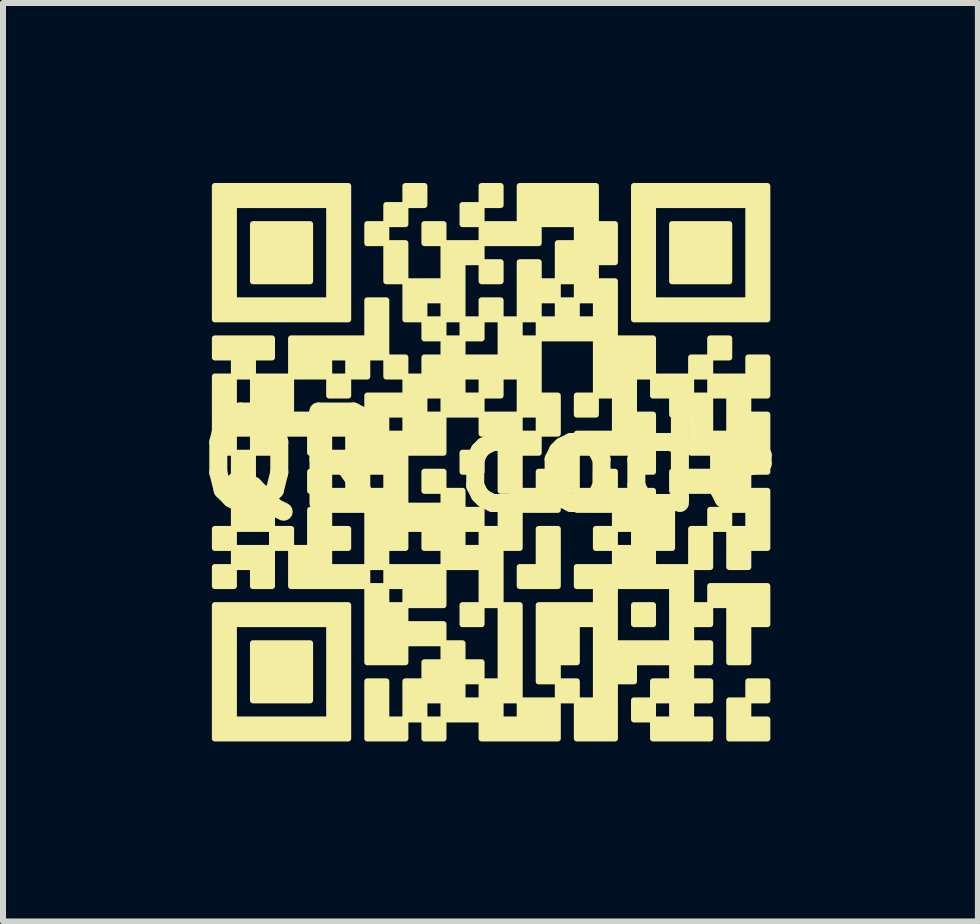
<source format=kicad_pcb>
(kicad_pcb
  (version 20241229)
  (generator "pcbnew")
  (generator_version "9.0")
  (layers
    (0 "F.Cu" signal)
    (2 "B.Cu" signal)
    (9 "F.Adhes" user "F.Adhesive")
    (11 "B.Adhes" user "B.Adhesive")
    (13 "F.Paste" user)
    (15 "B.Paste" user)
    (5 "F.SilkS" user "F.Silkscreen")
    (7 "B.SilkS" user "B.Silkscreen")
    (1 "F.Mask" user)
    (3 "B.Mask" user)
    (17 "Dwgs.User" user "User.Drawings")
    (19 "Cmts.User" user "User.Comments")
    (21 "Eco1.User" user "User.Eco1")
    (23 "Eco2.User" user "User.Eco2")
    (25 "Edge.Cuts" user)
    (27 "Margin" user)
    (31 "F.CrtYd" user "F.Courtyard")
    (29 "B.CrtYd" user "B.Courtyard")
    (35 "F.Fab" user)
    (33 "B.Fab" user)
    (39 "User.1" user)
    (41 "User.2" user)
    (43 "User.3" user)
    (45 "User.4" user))
  (footprint "QR_code"
    (layer "F.Cu")
    (at 5.124 4.643)
    (property "Reference" "QR_code" (at 0 0 0) (layer "F.SilkS") (effects (font (size 1.524 1.524) (thickness 0.3))))
    (attr through_hole)
    (fp_poly (pts (xy -4.276 1.439) (xy -4.434 1.439) (xy -4.593 1.439) (xy -4.593 1.281) (xy -4.593 1.122) (xy -4.434 1.122) (xy -4.276 1.122) (xy -4.276 1.281) (xy -4.276 1.439)) (stroke (width 0.1) (type solid)) (fill yes) (layer "F.SilkS"))
    (fp_poly (pts (xy -4.276 2.074) (xy -4.434 2.074) (xy -4.593 2.074) (xy -4.593 1.916) (xy -4.593 1.757) (xy -4.434 1.757) (xy -4.276 1.757) (xy -4.276 1.916) (xy -4.276 2.074)) (stroke (width 0.1) (type solid)) (fill yes) (layer "F.SilkS"))
    (fp_poly (pts (xy -3.323 1.439) (xy -3.482 1.439) (xy -3.641 1.439) (xy -3.641 1.281) (xy -3.641 1.122) (xy -3.482 1.122) (xy -3.323 1.122) (xy -3.323 1.281) (xy -3.323 1.439)) (stroke (width 0.1) (type solid)) (fill yes) (layer "F.SilkS"))
    (fp_poly (pts (xy -3.006 -3.006) (xy -3.482 -3.006) (xy -3.958 -3.006) (xy -3.958 -3.482) (xy -3.958 -3.958) (xy -3.482 -3.958) (xy -3.006 -3.958) (xy -3.006 -3.482) (xy -3.006 -3.006)) (stroke (width 0.1) (type solid)) (fill yes) (layer "F.SilkS"))
    (fp_poly (pts (xy -3.006 3.979) (xy -3.482 3.979) (xy -3.958 3.979) (xy -3.958 3.503) (xy -3.958 3.027) (xy -3.482 3.027) (xy -3.006 3.027) (xy -3.006 3.503) (xy -3.006 3.979)) (stroke (width 0.1) (type solid)) (fill yes) (layer "F.SilkS"))
    (fp_poly (pts (xy -2.688 -0.148) (xy -2.847 -0.148) (xy -3.006 -0.148) (xy -3.006 -0.307) (xy -3.006 -0.466) (xy -2.847 -0.466) (xy -2.688 -0.466) (xy -2.688 -0.307) (xy -2.688 -0.148)) (stroke (width 0.1) (type solid)) (fill yes) (layer "F.SilkS"))
    (fp_poly (pts (xy -2.688 0.487) (xy -2.847 0.487) (xy -3.006 0.487) (xy -3.006 0.328) (xy -3.006 0.169) (xy -2.847 0.169) (xy -2.688 0.169) (xy -2.688 0.328) (xy -2.688 0.487)) (stroke (width 0.1) (type solid)) (fill yes) (layer "F.SilkS"))
    (fp_poly (pts (xy -2.371 -1.101) (xy -2.529 -1.101) (xy -2.688 -1.101) (xy -2.688 -1.259) (xy -2.688 -1.418) (xy -2.529 -1.418) (xy -2.371 -1.418) (xy -2.371 -1.259) (xy -2.371 -1.101)) (stroke (width 0.1) (type solid)) (fill yes) (layer "F.SilkS"))
    (fp_poly (pts (xy -1.736 -3.641) (xy -1.894 -3.641) (xy -2.053 -3.641) (xy -2.053 -3.799) (xy -2.053 -3.958) (xy -1.894 -3.958) (xy -1.736 -3.958) (xy -1.736 -3.799) (xy -1.736 -3.641)) (stroke (width 0.1) (type solid)) (fill yes) (layer "F.SilkS"))
    (fp_poly (pts (xy -1.418 -3.958) (xy -1.577 -3.958) (xy -1.736 -3.958) (xy -1.736 -4.117) (xy -1.736 -4.276) (xy -1.577 -4.276) (xy -1.418 -4.276) (xy -1.418 -4.117) (xy -1.418 -3.958)) (stroke (width 0.1) (type solid)) (fill yes) (layer "F.SilkS"))
    (fp_poly (pts (xy -1.418 -3.006) (xy -1.577 -3.006) (xy -1.736 -3.006) (xy -1.736 -3.323) (xy -1.736 -3.641) (xy -1.577 -3.641) (xy -1.418 -3.641) (xy -1.418 -3.323) (xy -1.418 -3.006)) (stroke (width 0.1) (type solid)) (fill yes) (layer "F.SilkS"))
    (fp_poly (pts (xy -1.418 -1.418) (xy -1.577 -1.418) (xy -1.736 -1.418) (xy -1.736 -1.577) (xy -1.736 -1.736) (xy -1.577 -1.736) (xy -1.418 -1.736) (xy -1.418 -1.577) (xy -1.418 -1.418)) (stroke (width 0.1) (type solid)) (fill yes) (layer "F.SilkS"))
    (fp_poly (pts (xy -1.101 -4.276) (xy -1.259 -4.276) (xy -1.418 -4.276) (xy -1.418 -4.434) (xy -1.418 -4.593) (xy -1.259 -4.593) (xy -1.101 -4.593) (xy -1.101 -4.434) (xy -1.101 -4.276)) (stroke (width 0.1) (type solid)) (fill yes) (layer "F.SilkS"))
    (fp_poly (pts (xy -0.783 -3.641) (xy -0.942 -3.641) (xy -1.101 -3.641) (xy -1.101 -3.799) (xy -1.101 -3.958) (xy -0.942 -3.958) (xy -0.783 -3.958) (xy -0.783 -3.799) (xy -0.783 -3.641)) (stroke (width 0.1) (type solid)) (fill yes) (layer "F.SilkS"))
    (fp_poly (pts (xy -0.783 -2.053) (xy -0.942 -2.053) (xy -1.101 -2.053) (xy -1.101 -2.212) (xy -1.101 -2.371) (xy -0.942 -2.371) (xy -0.783 -2.371) (xy -0.783 -2.212) (xy -0.783 -2.053)) (stroke (width 0.1) (type solid)) (fill yes) (layer "F.SilkS"))
    (fp_poly (pts (xy -0.783 0.487) (xy -0.942 0.487) (xy -1.101 0.487) (xy -1.101 0.328) (xy -1.101 0.169) (xy -0.942 0.169) (xy -0.783 0.169) (xy -0.783 0.328) (xy -0.783 0.487)) (stroke (width 0.1) (type solid)) (fill yes) (layer "F.SilkS"))
    (fp_poly (pts (xy -0.783 4.614) (xy -0.942 4.614) (xy -1.101 4.614) (xy -1.101 4.456) (xy -1.101 4.297) (xy -0.942 4.297) (xy -0.783 4.297) (xy -0.783 4.456) (xy -0.783 4.614)) (stroke (width 0.1) (type solid)) (fill yes) (layer "F.SilkS"))
    (fp_poly (pts (xy -0.148 -3.958) (xy -0.307 -3.958) (xy -0.466 -3.958) (xy -0.466 -4.117) (xy -0.466 -4.276) (xy -0.307 -4.276) (xy -0.148 -4.276) (xy -0.148 -4.117) (xy -0.148 -3.958)) (stroke (width 0.1) (type solid)) (fill yes) (layer "F.SilkS"))
    (fp_poly (pts (xy -0.148 -2.053) (xy -0.307 -2.053) (xy -0.466 -2.053) (xy -0.466 -2.212) (xy -0.466 -2.371) (xy -0.307 -2.371) (xy -0.148 -2.371) (xy -0.148 -2.212) (xy -0.148 -2.053)) (stroke (width 0.1) (type solid)) (fill yes) (layer "F.SilkS"))
    (fp_poly (pts (xy -0.148 0.169) (xy -0.307 0.169) (xy -0.466 0.169) (xy -0.466 0.011) (xy -0.466 -0.148) (xy -0.307 -0.148) (xy -0.148 -0.148) (xy -0.148 0.011) (xy -0.148 0.169)) (stroke (width 0.1) (type solid)) (fill yes) (layer "F.SilkS"))
    (fp_poly (pts (xy -0.148 2.709) (xy -0.307 2.709) (xy -0.466 2.709) (xy -0.466 2.551) (xy -0.466 2.392) (xy -0.307 2.392) (xy -0.148 2.392) (xy -0.148 2.551) (xy -0.148 2.709)) (stroke (width 0.1) (type solid)) (fill yes) (layer "F.SilkS"))
    (fp_poly (pts (xy 0.169 -4.276) (xy 0.011 -4.276) (xy -0.148 -4.276) (xy -0.148 -4.434) (xy -0.148 -4.593) (xy 0.011 -4.593) (xy 0.169 -4.593) (xy 0.169 -4.434) (xy 0.169 -4.276)) (stroke (width 0.1) (type solid)) (fill yes) (layer "F.SilkS"))
    (fp_poly (pts (xy 0.169 -3.006) (xy 0.011 -3.006) (xy -0.148 -3.006) (xy -0.148 -3.164) (xy -0.148 -3.323) (xy 0.011 -3.323) (xy 0.169 -3.323) (xy 0.169 -3.164) (xy 0.169 -3.006)) (stroke (width 0.1) (type solid)) (fill yes) (layer "F.SilkS"))
    (fp_poly (pts (xy 0.169 -2.371) (xy 0.011 -2.371) (xy -0.148 -2.371) (xy -0.148 -2.529) (xy -0.148 -2.688) (xy 0.011 -2.688) (xy 0.169 -2.688) (xy 0.169 -2.529) (xy 0.169 -2.371)) (stroke (width 0.1) (type solid)) (fill yes) (layer "F.SilkS"))
    (fp_poly (pts (xy 1.439 3.979) (xy 1.281 3.979) (xy 1.122 3.979) (xy 1.122 3.821) (xy 1.122 3.662) (xy 1.281 3.662) (xy 1.439 3.662) (xy 1.439 3.821) (xy 1.439 3.979)) (stroke (width 0.1) (type solid)) (fill yes) (layer "F.SilkS"))
    (fp_poly (pts (xy 1.757 -0.783) (xy 1.598 -0.783) (xy 1.439 -0.783) (xy 1.439 -0.942) (xy 1.439 -1.101) (xy 1.598 -1.101) (xy 1.757 -1.101) (xy 1.757 -0.942) (xy 1.757 -0.783)) (stroke (width 0.1) (type solid)) (fill yes) (layer "F.SilkS"))
    (fp_poly (pts (xy 2.074 1.439) (xy 1.916 1.439) (xy 1.757 1.439) (xy 1.757 1.281) (xy 1.757 1.122) (xy 1.916 1.122) (xy 2.074 1.122) (xy 2.074 1.281) (xy 2.074 1.439)) (stroke (width 0.1) (type solid)) (fill yes) (layer "F.SilkS"))
    (fp_poly (pts (xy 2.709 2.709) (xy 2.551 2.709) (xy 2.392 2.709) (xy 2.392 2.551) (xy 2.392 2.392) (xy 2.551 2.392) (xy 2.709 2.392) (xy 2.709 2.551) (xy 2.709 2.709)) (stroke (width 0.1) (type solid)) (fill yes) (layer "F.SilkS"))
    (fp_poly (pts (xy 2.709 4.297) (xy 2.551 4.297) (xy 2.392 4.297) (xy 2.392 4.138) (xy 2.392 3.979) (xy 2.551 3.979) (xy 2.709 3.979) (xy 2.709 4.138) (xy 2.709 4.297)) (stroke (width 0.1) (type solid)) (fill yes) (layer "F.SilkS"))
    (fp_poly (pts (xy 3.662 -1.418) (xy 3.503 -1.418) (xy 3.344 -1.418) (xy 3.344 -1.577) (xy 3.344 -1.736) (xy 3.503 -1.736) (xy 3.662 -1.736) (xy 3.662 -1.577) (xy 3.662 -1.418)) (stroke (width 0.1) (type solid)) (fill yes) (layer "F.SilkS"))
    (fp_poly (pts (xy 3.662 0.487) (xy 3.344 0.487) (xy 3.027 0.487) (xy 3.027 0.328) (xy 3.027 0.169) (xy 3.344 0.169) (xy 3.662 0.169) (xy 3.662 0.328) (xy 3.662 0.487)) (stroke (width 0.1) (type solid)) (fill yes) (layer "F.SilkS"))
    (fp_poly (pts (xy 3.662 1.757) (xy 3.503 1.757) (xy 3.344 1.757) (xy 3.344 1.439) (xy 3.344 1.122) (xy 3.503 1.122) (xy 3.662 1.122) (xy 3.662 1.439) (xy 3.662 1.757)) (stroke (width 0.1) (type solid)) (fill yes) (layer "F.SilkS"))
    (fp_poly (pts (xy 3.979 -3.006) (xy 3.503 -3.006) (xy 3.027 -3.006) (xy 3.027 -3.482) (xy 3.027 -3.958) (xy 3.503 -3.958) (xy 3.979 -3.958) (xy 3.979 -3.482) (xy 3.979 -3.006)) (stroke (width 0.1) (type solid)) (fill yes) (layer "F.SilkS"))
    (fp_poly (pts (xy 3.979 -1.736) (xy 3.821 -1.736) (xy 3.662 -1.736) (xy 3.662 -1.894) (xy 3.662 -2.053) (xy 3.821 -2.053) (xy 3.979 -2.053) (xy 3.979 -1.894) (xy 3.979 -1.736)) (stroke (width 0.1) (type solid)) (fill yes) (layer "F.SilkS"))
    (fp_poly (pts (xy 3.979 1.122) (xy 3.821 1.122) (xy 3.662 1.122) (xy 3.662 0.963) (xy 3.662 0.804) (xy 3.821 0.804) (xy 3.979 0.804) (xy 3.979 0.963) (xy 3.979 1.122)) (stroke (width 0.1) (type solid)) (fill yes) (layer "F.SilkS"))
    (fp_poly (pts (xy 4.614 3.979) (xy 4.456 3.979) (xy 4.297 3.979) (xy 4.297 3.821) (xy 4.297 3.662) (xy 4.456 3.662) (xy 4.614 3.662) (xy 4.614 3.821) (xy 4.614 3.979)) (stroke (width 0.1) (type solid)) (fill yes) (layer "F.SilkS"))
    (fp_poly (pts (xy -3.641 1.122) (xy -3.958 1.122) (xy -4.276 1.122) (xy -4.276 0.487) (xy -4.276 -0.148) (xy -4.117 -0.148) (xy -3.958 -0.148) (xy -3.958 0.328) (xy -3.958 0.804) (xy -3.799 0.804) (xy -3.641 0.804) (xy -3.641 0.963) (xy -3.641 1.122)) (stroke (width 0.1) (type solid)) (fill yes) (layer "F.SilkS"))
    (fp_poly (pts (xy -3.641 2.074) (xy -3.799 2.074) (xy -3.958 2.074) (xy -3.958 1.916) (xy -3.958 1.757) (xy -4.117 1.757) (xy -4.276 1.757) (xy -4.276 1.598) (xy -4.276 1.439) (xy -3.958 1.439) (xy -3.641 1.439) (xy -3.641 1.757) (xy -3.641 2.074)) (stroke (width 0.1) (type solid)) (fill yes) (layer "F.SilkS"))
    (fp_poly (pts (xy -1.418 4.614) (xy -1.736 4.614) (xy -2.053 4.614) (xy -2.053 4.138) (xy -2.053 3.662) (xy -1.894 3.662) (xy -1.736 3.662) (xy -1.736 3.979) (xy -1.736 4.297) (xy -1.577 4.297) (xy -1.418 4.297) (xy -1.418 4.456) (xy -1.418 4.614)) (stroke (width 0.1) (type solid)) (fill yes) (layer "F.SilkS"))
    (fp_poly (pts (xy -0.783 2.392) (xy -1.101 2.392) (xy -1.418 2.392) (xy -1.418 2.233) (xy -1.418 2.074) (xy -1.577 2.074) (xy -1.736 2.074) (xy -1.736 1.916) (xy -1.736 1.757) (xy -1.259 1.757) (xy -0.783 1.757) (xy -0.783 2.074) (xy -0.783 2.392)) (stroke (width 0.1) (type solid)) (fill yes) (layer "F.SilkS"))
    (fp_poly (pts (xy 1.122 2.074) (xy 0.804 2.074) (xy 0.487 2.074) (xy 0.487 1.916) (xy 0.487 1.757) (xy 0.646 1.757) (xy 0.804 1.757) (xy 0.804 1.439) (xy 0.804 1.122) (xy 0.963 1.122) (xy 1.122 1.122) (xy 1.122 1.598) (xy 1.122 2.074)) (stroke (width 0.1) (type solid)) (fill yes) (layer "F.SilkS"))
    (fp_poly (pts (xy 4.614 4.614) (xy 4.297 4.614) (xy 3.979 4.614) (xy 3.979 4.297) (xy 3.979 3.979) (xy 4.138 3.979) (xy 4.297 3.979) (xy 4.297 4.138) (xy 4.297 4.297) (xy 4.456 4.297) (xy 4.614 4.297) (xy 4.614 4.456) (xy 4.614 4.614)) (stroke (width 0.1) (type solid)) (fill yes) (layer "F.SilkS"))
    (fp_poly (pts (xy -3.641 -1.736) (xy -3.799 -1.736) (xy -3.958 -1.736) (xy -3.958 -1.577) (xy -3.958 -1.418) (xy -4.117 -1.418) (xy -4.276 -1.418) (xy -4.276 -1.577) (xy -4.276 -1.736) (xy -4.434 -1.736) (xy -4.593 -1.736) (xy -4.593 -1.894) (xy -4.593 -2.053) (xy -4.117 -2.053) (xy -3.641 -2.053) (xy -3.641 -1.894) (xy -3.641 -1.736)) (stroke (width 0.1) (type solid)) (fill yes) (layer "F.SilkS"))
    (fp_poly (pts (xy 1.122 -2.688) (xy 0.963 -2.688) (xy 0.804 -2.688) (xy 0.804 -2.529) (xy 0.804 -2.371) (xy 0.646 -2.371) (xy 0.487 -2.371) (xy 0.487 -2.847) (xy 0.487 -3.323) (xy 0.646 -3.323) (xy 0.804 -3.323) (xy 0.804 -3.164) (xy 0.804 -3.006) (xy 0.963 -3.006) (xy 1.122 -3.006) (xy 1.122 -2.847) (xy 1.122 -2.688)) (stroke (width 0.1) (type solid)) (fill yes) (layer "F.SilkS"))
    (fp_poly (pts (xy 4.614 2.709) (xy 4.456 2.709) (xy 4.297 2.709) (xy 4.297 3.027) (xy 4.297 3.344) (xy 4.138 3.344) (xy 3.979 3.344) (xy 3.979 2.868) (xy 3.979 2.392) (xy 3.821 2.392) (xy 3.662 2.392) (xy 3.662 2.233) (xy 3.662 2.074) (xy 4.138 2.074) (xy 4.614 2.074) (xy 4.614 2.392) (xy 4.614 2.709)) (stroke (width 0.1) (type solid)) (fill yes) (layer "F.SilkS"))
    (fp_poly (pts (xy -2.371 -2.371) (xy -2.688 -2.371) (xy -2.688 -2.688) (xy -2.688 -3.482) (xy -2.688 -4.276) (xy -3.482 -4.276) (xy -4.276 -4.276) (xy -4.276 -3.482) (xy -4.276 -2.688) (xy -3.482 -2.688) (xy -2.688 -2.688) (xy -2.688 -2.371) (xy -3.482 -2.371) (xy -4.593 -2.371) (xy -4.593 -3.482) (xy -4.593 -4.593) (xy -3.482 -4.593) (xy -2.371 -4.593) (xy -2.371 -3.482) (xy -2.371 -2.371)) (stroke (width 0.1) (type solid)) (fill yes) (layer "F.SilkS"))
    (fp_poly (pts (xy -2.371 4.614) (xy -2.688 4.614) (xy -2.688 4.297) (xy -2.688 3.503) (xy -2.688 2.709) (xy -3.482 2.709) (xy -4.276 2.709) (xy -4.276 3.503) (xy -4.276 4.297) (xy -3.482 4.297) (xy -2.688 4.297) (xy -2.688 4.614) (xy -3.482 4.614) (xy -4.593 4.614) (xy -4.593 3.503) (xy -4.593 2.392) (xy -3.482 2.392) (xy -2.371 2.392) (xy -2.371 3.503) (xy -2.371 4.614)) (stroke (width 0.1) (type solid)) (fill yes) (layer "F.SilkS"))
    (fp_poly (pts (xy 4.614 -2.371) (xy 4.297 -2.371) (xy 4.297 -2.688) (xy 4.297 -3.482) (xy 4.297 -4.276) (xy 3.503 -4.276) (xy 2.709 -4.276) (xy 2.709 -3.482) (xy 2.709 -2.688) (xy 3.503 -2.688) (xy 4.297 -2.688) (xy 4.297 -2.371) (xy 3.503 -2.371) (xy 2.392 -2.371) (xy 2.392 -3.482) (xy 2.392 -4.593) (xy 3.503 -4.593) (xy 4.614 -4.593) (xy 4.614 -3.482) (xy 4.614 -2.371)) (stroke (width 0.1) (type solid)) (fill yes) (layer "F.SilkS"))
    (fp_poly (pts (xy -0.783 3.027) (xy -1.101 3.027) (xy -1.418 3.027) (xy -1.418 3.186) (xy -1.418 3.344) (xy -1.736 3.344) (xy -2.053 3.344) (xy -2.053 2.709) (xy -2.053 2.074) (xy -1.894 2.074) (xy -1.736 2.074) (xy -1.736 2.233) (xy -1.736 2.392) (xy -1.577 2.392) (xy -1.418 2.392) (xy -1.418 2.551) (xy -1.418 2.709) (xy -1.101 2.709) (xy -0.783 2.709) (xy -0.783 2.868) (xy -0.783 3.027)) (stroke (width 0.1) (type solid)) (fill yes) (layer "F.SilkS"))
    (fp_poly (pts (xy 0.804 -0.148) (xy 0.646 -0.148) (xy 0.487 -0.148) (xy 0.487 0.169) (xy 0.487 0.487) (xy 0.328 0.487) (xy 0.169 0.487) (xy 0.169 0.011) (xy 0.169 -0.466) (xy 0.011 -0.466) (xy -0.148 -0.466) (xy -0.148 -0.624) (xy -0.148 -0.783) (xy 0.169 -0.783) (xy 0.487 -0.783) (xy 0.487 -0.624) (xy 0.487 -0.466) (xy 0.646 -0.466) (xy 0.804 -0.466) (xy 0.804 -0.307) (xy 0.804 -0.148)) (stroke (width 0.1) (type solid)) (fill yes) (layer "F.SilkS"))
    (fp_poly (pts (xy 1.439 0.487) (xy 1.281 0.487) (xy 1.122 0.487) (xy 1.122 0.646) (xy 1.122 0.804) (xy 0.804 0.804) (xy 0.487 0.804) (xy 0.487 0.646) (xy 0.487 0.487) (xy 0.646 0.487) (xy 0.804 0.487) (xy 0.804 0.328) (xy 0.804 0.169) (xy 0.963 0.169) (xy 1.122 0.169) (xy 1.122 0.011) (xy 1.122 -0.148) (xy 1.281 -0.148) (xy 1.439 -0.148) (xy 1.439 0.169) (xy 1.439 0.487)) (stroke (width 0.1) (type solid)) (fill yes) (layer "F.SilkS"))
    (fp_poly (pts (xy -2.053 2.074) (xy -2.688 2.074) (xy -3.323 2.074) (xy -3.323 1.757) (xy -3.323 1.439) (xy -3.164 1.439) (xy -3.006 1.439) (xy -3.006 1.122) (xy -3.006 0.804) (xy -2.847 0.804) (xy -2.688 0.804) (xy -2.688 0.963) (xy -2.688 1.122) (xy -2.529 1.122) (xy -2.371 1.122) (xy -2.371 1.281) (xy -2.371 1.439) (xy -2.529 1.439) (xy -2.688 1.439) (xy -2.688 1.598) (xy -2.688 1.757) (xy -2.371 1.757) (xy -2.053 1.757) (xy -2.053 1.916) (xy -2.053 2.074)) (stroke (width 0.1) (type solid)) (fill yes) (layer "F.SilkS"))
    (fp_poly (pts (xy -1.736 -1.736) (xy -1.894 -1.736) (xy -2.053 -1.736) (xy -2.053 -1.577) (xy -2.053 -1.418) (xy -2.212 -1.418) (xy -2.371 -1.418) (xy -2.371 -1.577) (xy -2.371 -1.736) (xy -2.529 -1.736) (xy -2.688 -1.736) (xy -2.688 -1.577) (xy -2.688 -1.418) (xy -3.006 -1.418) (xy -3.323 -1.418) (xy -3.323 -1.736) (xy -3.323 -2.053) (xy -2.688 -2.053) (xy -2.053 -2.053) (xy -2.053 -2.371) (xy -2.053 -2.688) (xy -1.894 -2.688) (xy -1.736 -2.688) (xy -1.736 -2.212) (xy -1.736 -1.736)) (stroke (width 0.1) (type solid)) (fill yes) (layer "F.SilkS"))
    (fp_poly (pts (xy -0.148 -3.323) (xy -0.307 -3.323) (xy -0.466 -3.323) (xy -0.466 -2.847) (xy -0.466 -2.371) (xy -0.624 -2.371) (xy -0.783 -2.371) (xy -0.783 -2.529) (xy -0.783 -2.688) (xy -0.942 -2.688) (xy -1.101 -2.688) (xy -1.101 -2.529) (xy -1.101 -2.371) (xy -1.259 -2.371) (xy -1.418 -2.371) (xy -1.418 -2.688) (xy -1.418 -3.006) (xy -1.101 -3.006) (xy -0.783 -3.006) (xy -0.783 -3.323) (xy -0.783 -3.641) (xy -0.466 -3.641) (xy -0.148 -3.641) (xy -0.148 -3.482) (xy -0.148 -3.323)) (stroke (width 0.1) (type solid)) (fill yes) (layer "F.SilkS"))
    (fp_poly (pts (xy 3.979 -0.148) (xy 3.662 -0.148) (xy 3.344 -0.148) (xy 3.344 -0.466) (xy 3.344 -0.783) (xy 3.186 -0.783) (xy 3.027 -0.783) (xy 3.027 -0.942) (xy 3.027 -1.101) (xy 2.868 -1.101) (xy 2.709 -1.101) (xy 2.709 -1.259) (xy 2.709 -1.418) (xy 3.027 -1.418) (xy 3.344 -1.418) (xy 3.344 -1.259) (xy 3.344 -1.101) (xy 3.503 -1.101) (xy 3.662 -1.101) (xy 3.662 -0.783) (xy 3.662 -0.466) (xy 3.821 -0.466) (xy 3.979 -0.466) (xy 3.979 -0.307) (xy 3.979 -0.148)) (stroke (width 0.1) (type solid)) (fill yes) (layer "F.SilkS"))
    (fp_poly (pts (xy -3.006 -0.466) (xy -3.323 -0.466) (xy -3.641 -0.466) (xy -3.641 -0.307) (xy -3.641 -0.148) (xy -3.799 -0.148) (xy -3.958 -0.148) (xy -3.958 -0.307) (xy -3.958 -0.466) (xy -4.117 -0.466) (xy -4.276 -0.466) (xy -4.276 -0.307) (xy -4.276 -0.148) (xy -4.434 -0.148) (xy -4.593 -0.148) (xy -4.593 -0.783) (xy -4.593 -1.418) (xy -4.434 -1.418) (xy -4.276 -1.418) (xy -4.276 -1.101) (xy -4.276 -0.783) (xy -4.117 -0.783) (xy -3.958 -0.783) (xy -3.958 -1.101) (xy -3.958 -1.418) (xy -3.641 -1.418) (xy -3.323 -1.418) (xy -3.323 -1.101) (xy -3.323 -0.783) (xy -3.164 -0.783) (xy -3.006 -0.783) (xy -3.006 -0.624) (xy -3.006 -0.466)) (stroke (width 0.1) (type solid)) (fill yes) (layer "F.SilkS"))
    (fp_poly (pts (xy 4.614 1.439) (xy 4.456 1.439) (xy 4.297 1.439) (xy 4.297 1.598) (xy 4.297 1.757) (xy 4.138 1.757) (xy 3.979 1.757) (xy 3.979 1.439) (xy 3.979 1.122) (xy 4.138 1.122) (xy 4.297 1.122) (xy 4.297 0.963) (xy 4.297 0.804) (xy 4.138 0.804) (xy 3.979 0.804) (xy 3.979 0.328) (xy 3.979 -0.148) (xy 4.138 -0.148) (xy 4.297 -0.148) (xy 4.297 -0.307) (xy 4.297 -0.466) (xy 4.138 -0.466) (xy 3.979 -0.466) (xy 3.979 -0.783) (xy 3.979 -1.101) (xy 3.821 -1.101) (xy 3.662 -1.101) (xy 3.662 -1.259) (xy 3.662 -1.418) (xy 3.979 -1.418) (xy 4.297 -1.418) (xy 4.297 -1.577) (xy 4.297 -1.736) (xy 4.456 -1.736) (xy 4.614 -1.736) (xy 4.614 -1.418) (xy 4.614 -1.101) (xy 4.456 -1.101) (xy 4.297 -1.101) (xy 4.297 -0.942) (xy 4.297 -0.783) (xy 4.456 -0.783) (xy 4.614 -0.783) (xy 4.614 -0.307) (xy 4.614 0.169) (xy 4.456 0.169) (xy 4.297 0.169) (xy 4.297 0.328) (xy 4.297 0.487) (xy 4.456 0.487) (xy 4.614 0.487) (xy 4.614 0.963) (xy 4.614 1.439)) (stroke (width 0.1) (type solid)) (fill yes) (layer "F.SilkS"))
    (fp_poly (pts (xy 1.122 4.614) (xy 0.487 4.614) (xy -0.148 4.614) (xy -0.148 4.456) (xy -0.148 4.297) (xy -0.466 4.297) (xy -0.783 4.297) (xy -0.783 4.138) (xy -0.783 3.979) (xy -0.942 3.979) (xy -1.101 3.979) (xy -1.101 4.138) (xy -1.101 4.297) (xy -1.259 4.297) (xy -1.418 4.297) (xy -1.418 3.979) (xy -1.418 3.662) (xy -1.259 3.662) (xy -1.101 3.662) (xy -1.101 3.503) (xy -1.101 3.344) (xy -0.942 3.344) (xy -0.783 3.344) (xy -0.783 3.186) (xy -0.783 3.027) (xy -0.624 3.027) (xy -0.466 3.027) (xy -0.466 3.186) (xy -0.466 3.344) (xy -0.307 3.344) (xy -0.148 3.344) (xy -0.148 3.503) (xy -0.148 3.662) (xy -0.307 3.662) (xy -0.466 3.662) (xy -0.466 3.821) (xy -0.466 3.979) (xy -0.307 3.979) (xy -0.148 3.979) (xy -0.148 3.821) (xy -0.148 3.662) (xy 0.011 3.662) (xy 0.169 3.662) (xy 0.169 3.027) (xy 0.169 2.392) (xy 0.328 2.392) (xy 0.487 2.392) (xy 0.487 3.186) (xy 0.487 3.979) (xy 0.328 3.979) (xy 0.169 3.979) (xy 0.169 4.138) (xy 0.169 4.297) (xy 0.328 4.297) (xy 0.487 4.297) (xy 0.487 4.138) (xy 0.487 3.979) (xy 0.804 3.979) (xy 1.122 3.979) (xy 1.122 4.297) (xy 1.122 4.614)) (stroke (width 0.1) (type solid)) (fill yes) (layer "F.SilkS"))
    (fp_poly (pts (xy 2.709 0.169) (xy 2.551 0.169) (xy 2.392 0.169) (xy 2.392 0.011) (xy 2.392 -0.148) (xy 1.916 -0.148) (xy 1.439 -0.148) (xy 1.439 -0.307) (xy 1.439 -0.466) (xy 1.757 -0.466) (xy 2.074 -0.466) (xy 2.074 -0.783) (xy 2.074 -1.101) (xy 1.916 -1.101) (xy 1.757 -1.101) (xy 1.757 -1.577) (xy 1.757 -2.053) (xy 1.281 -2.053) (xy 0.804 -2.053) (xy 0.804 -2.212) (xy 0.804 -2.371) (xy 0.963 -2.371) (xy 1.122 -2.371) (xy 1.122 -2.529) (xy 1.122 -2.688) (xy 1.281 -2.688) (xy 1.439 -2.688) (xy 1.439 -2.529) (xy 1.439 -2.371) (xy 1.598 -2.371) (xy 1.757 -2.371) (xy 1.757 -2.529) (xy 1.757 -2.688) (xy 1.598 -2.688) (xy 1.439 -2.688) (xy 1.439 -2.847) (xy 1.439 -3.006) (xy 1.281 -3.006) (xy 1.122 -3.006) (xy 1.122 -3.323) (xy 1.122 -3.641) (xy 1.281 -3.641) (xy 1.439 -3.641) (xy 1.439 -3.799) (xy 1.439 -3.958) (xy 1.122 -3.958) (xy 0.804 -3.958) (xy 0.804 -3.799) (xy 0.804 -3.641) (xy 0.328 -3.641) (xy -0.148 -3.641) (xy -0.148 -3.799) (xy -0.148 -3.958) (xy 0.169 -3.958) (xy 0.487 -3.958) (xy 0.487 -4.276) (xy 0.487 -4.593) (xy 1.122 -4.593) (xy 1.757 -4.593) (xy 1.757 -4.276) (xy 1.757 -3.958) (xy 1.916 -3.958) (xy 2.074 -3.958) (xy 2.074 -3.641) (xy 2.074 -3.323) (xy 1.916 -3.323) (xy 1.757 -3.323) (xy 1.757 -3.164) (xy 1.757 -3.006) (xy 1.916 -3.006) (xy 2.074 -3.006) (xy 2.074 -2.529) (xy 2.074 -2.053) (xy 2.392 -2.053) (xy 2.709 -2.053) (xy 2.709 -1.736) (xy 2.709 -1.418) (xy 2.551 -1.418) (xy 2.392 -1.418) (xy 2.392 -1.101) (xy 2.392 -0.783) (xy 2.551 -0.783) (xy 2.709 -0.783) (xy 2.709 -0.307) (xy 2.709 0.169)) (stroke (width 0.1) (type solid)) (fill yes) (layer "F.SilkS"))
    (fp_poly (pts (xy 3.662 4.614) (xy 3.186 4.614) (xy 2.709 4.614) (xy 2.709 4.456) (xy 2.709 4.297) (xy 2.868 4.297) (xy 3.027 4.297) (xy 3.027 4.138) (xy 3.027 3.979) (xy 2.868 3.979) (xy 2.709 3.979) (xy 2.709 3.821) (xy 2.709 3.662) (xy 2.868 3.662) (xy 3.027 3.662) (xy 3.027 3.503) (xy 3.027 3.344) (xy 3.027 3.027) (xy 3.027 2.551) (xy 3.027 2.074) (xy 2.551 2.074) (xy 2.074 2.074) (xy 2.074 2.551) (xy 2.074 3.027) (xy 2.551 3.027) (xy 3.027 3.027) (xy 3.027 3.344) (xy 2.709 3.344) (xy 2.392 3.344) (xy 2.392 3.503) (xy 2.392 3.662) (xy 2.233 3.662) (xy 2.074 3.662) (xy 2.074 4.138) (xy 2.074 4.614) (xy 1.757 4.614) (xy 1.439 4.614) (xy 1.439 4.297) (xy 1.439 3.979) (xy 1.598 3.979) (xy 1.757 3.979) (xy 1.757 3.344) (xy 1.757 2.709) (xy 1.598 2.709) (xy 1.439 2.709) (xy 1.439 3.027) (xy 1.439 3.344) (xy 1.281 3.344) (xy 1.122 3.344) (xy 1.122 3.503) (xy 1.122 3.662) (xy 0.963 3.662) (xy 0.804 3.662) (xy 0.804 3.027) (xy 0.804 2.392) (xy 1.281 2.392) (xy 1.757 2.392) (xy 1.757 2.233) (xy 1.757 2.074) (xy 1.598 2.074) (xy 1.439 2.074) (xy 1.439 1.916) (xy 1.439 1.757) (xy 1.757 1.757) (xy 2.074 1.757) (xy 2.074 1.598) (xy 2.074 1.439) (xy 2.233 1.439) (xy 2.392 1.439) (xy 2.392 1.281) (xy 2.392 1.122) (xy 2.233 1.122) (xy 2.074 1.122) (xy 2.074 0.963) (xy 2.074 0.804) (xy 1.757 0.804) (xy 1.439 0.804) (xy 1.439 0.646) (xy 1.439 0.487) (xy 1.598 0.487) (xy 1.757 0.487) (xy 1.757 0.328) (xy 1.757 0.169) (xy 1.916 0.169) (xy 2.074 0.169) (xy 2.074 0.328) (xy 2.074 0.487) (xy 2.392 0.487) (xy 2.709 0.487) (xy 2.709 0.646) (xy 2.709 0.804) (xy 2.868 0.804) (xy 3.027 0.804) (xy 3.027 1.122) (xy 3.027 1.439) (xy 2.868 1.439) (xy 2.709 1.439) (xy 2.709 1.598) (xy 2.709 1.757) (xy 3.027 1.757) (xy 3.344 1.757) (xy 3.344 2.074) (xy 3.344 2.392) (xy 3.503 2.392) (xy 3.662 2.392) (xy 3.662 2.551) (xy 3.662 2.709) (xy 3.503 2.709) (xy 3.344 2.709) (xy 3.344 2.868) (xy 3.344 3.027) (xy 3.503 3.027) (xy 3.662 3.027) (xy 3.662 3.186) (xy 3.662 3.344) (xy 3.503 3.344) (xy 3.344 3.344) (xy 3.344 3.503) (xy 3.344 3.662) (xy 3.503 3.662) (xy 3.662 3.662) (xy 3.662 3.821) (xy 3.662 3.979) (xy 3.503 3.979) (xy 3.344 3.979) (xy 3.344 4.138) (xy 3.344 4.297) (xy 3.503 4.297) (xy 3.662 4.297) (xy 3.662 4.456) (xy 3.662 4.614)) (stroke (width 0.1) (type solid)) (fill yes) (layer "F.SilkS"))
    (fp_poly (pts (xy 1.122 -0.466) (xy 0.963 -0.466) (xy 0.804 -0.466) (xy 0.804 -0.624) (xy 0.804 -0.783) (xy 0.646 -0.783) (xy 0.487 -0.783) (xy 0.487 -1.101) (xy 0.487 -1.418) (xy 0.328 -1.418) (xy 0.169 -1.418) (xy 0.169 -1.259) (xy 0.169 -1.101) (xy 0.011 -1.101) (xy -0.148 -1.101) (xy -0.148 -1.259) (xy -0.148 -1.418) (xy -0.307 -1.418) (xy -0.466 -1.418) (xy -0.466 -1.259) (xy -0.466 -1.101) (xy -0.307 -1.101) (xy -0.148 -1.101) (xy -0.148 -0.942) (xy -0.148 -0.783) (xy -0.466 -0.783) (xy -0.783 -0.783) (xy -0.783 -0.942) (xy -0.783 -1.101) (xy -0.942 -1.101) (xy -1.101 -1.101) (xy -1.101 -0.942) (xy -1.101 -0.783) (xy -0.942 -0.783) (xy -0.783 -0.783) (xy -0.783 -0.466) (xy -0.783 -0.148) (xy -1.101 -0.148) (xy -1.418 -0.148) (xy -1.418 -0.466) (xy -1.418 -0.624) (xy -1.418 -0.783) (xy -1.577 -0.783) (xy -1.736 -0.783) (xy -1.736 -0.624) (xy -1.736 -0.466) (xy -1.577 -0.466) (xy -1.418 -0.466) (xy -1.418 -0.148) (xy -1.418 0.328) (xy -1.418 0.804) (xy -1.101 0.804) (xy -0.783 0.804) (xy -0.783 0.646) (xy -0.783 0.487) (xy -0.624 0.487) (xy -0.466 0.487) (xy -0.466 0.646) (xy -0.466 0.804) (xy -0.307 0.804) (xy -0.148 0.804) (xy -0.148 0.963) (xy -0.148 1.122) (xy -0.307 1.122) (xy -0.466 1.122) (xy -0.466 1.281) (xy -0.466 1.439) (xy -0.307 1.439) (xy -0.148 1.439) (xy -0.148 1.281) (xy -0.148 1.122) (xy 0.011 1.122) (xy 0.169 1.122) (xy 0.169 0.963) (xy 0.169 0.804) (xy 0.328 0.804) (xy 0.487 0.804) (xy 0.487 1.122) (xy 0.487 1.439) (xy 0.328 1.439) (xy 0.169 1.439) (xy 0.169 1.916) (xy 0.169 2.392) (xy 0.011 2.392) (xy -0.148 2.392) (xy -0.148 2.074) (xy -0.148 1.757) (xy -0.466 1.757) (xy -0.783 1.757) (xy -0.783 1.598) (xy -0.783 1.439) (xy -0.942 1.439) (xy -1.101 1.439) (xy -1.101 1.281) (xy -1.101 1.122) (xy -1.259 1.122) (xy -1.418 1.122) (xy -1.418 1.281) (xy -1.418 1.439) (xy -1.577 1.439) (xy -1.736 1.439) (xy -1.736 0.487) (xy -1.736 0.328) (xy -1.736 0.169) (xy -1.894 0.169) (xy -2.053 0.169) (xy -2.053 0.328) (xy -2.053 0.487) (xy -1.894 0.487) (xy -1.736 0.487) (xy -1.736 1.439) (xy -1.736 1.598) (xy -1.736 1.757) (xy -1.894 1.757) (xy -2.053 1.757) (xy -2.053 1.281) (xy -2.053 0.804) (xy -2.371 0.804) (xy -2.688 0.804) (xy -2.688 0.646) (xy -2.688 0.487) (xy -2.529 0.487) (xy -2.371 0.487) (xy -2.371 0.328) (xy -2.371 0.169) (xy -2.529 0.169) (xy -2.688 0.169) (xy -2.688 0.011) (xy -2.688 -0.148) (xy -2.529 -0.148) (xy -2.371 -0.148) (xy -2.371 -0.307) (xy -2.371 -0.466) (xy -2.529 -0.466) (xy -2.688 -0.466) (xy -2.688 -0.624) (xy -2.688 -0.783) (xy -2.371 -0.783) (xy -2.053 -0.783) (xy -2.053 -0.942) (xy -2.053 -1.101) (xy -1.736 -1.101) (xy -1.418 -1.101) (xy -1.418 -1.259) (xy -1.418 -1.418) (xy -1.259 -1.418) (xy -1.101 -1.418) (xy -1.101 -1.577) (xy -1.101 -1.736) (xy -0.942 -1.736) (xy -0.783 -1.736) (xy -0.783 -1.894) (xy -0.783 -2.053) (xy -0.624 -2.053) (xy -0.466 -2.053) (xy -0.466 -1.894) (xy -0.466 -1.736) (xy -0.148 -1.736) (xy 0.169 -1.736) (xy 0.169 -2.053) (xy 0.169 -2.371) (xy 0.328 -2.371) (xy 0.487 -2.371) (xy 0.487 -2.212) (xy 0.487 -2.053) (xy 0.646 -2.053) (xy 0.804 -2.053) (xy 0.804 -1.577) (xy 0.804 -1.101) (xy 0.963 -1.101) (xy 1.122 -1.101) (xy 1.122 -0.783) (xy 1.122 -0.466)) (stroke (width 0.1) (type solid)) (fill yes) (layer "F.SilkS")))
  (gr_rect
    (start -3 -3)
    (end 13.247 12.307)
    (stroke (width 0.1) (type default))
    (fill no)
    (layer "Edge.Cuts")))
</source>
